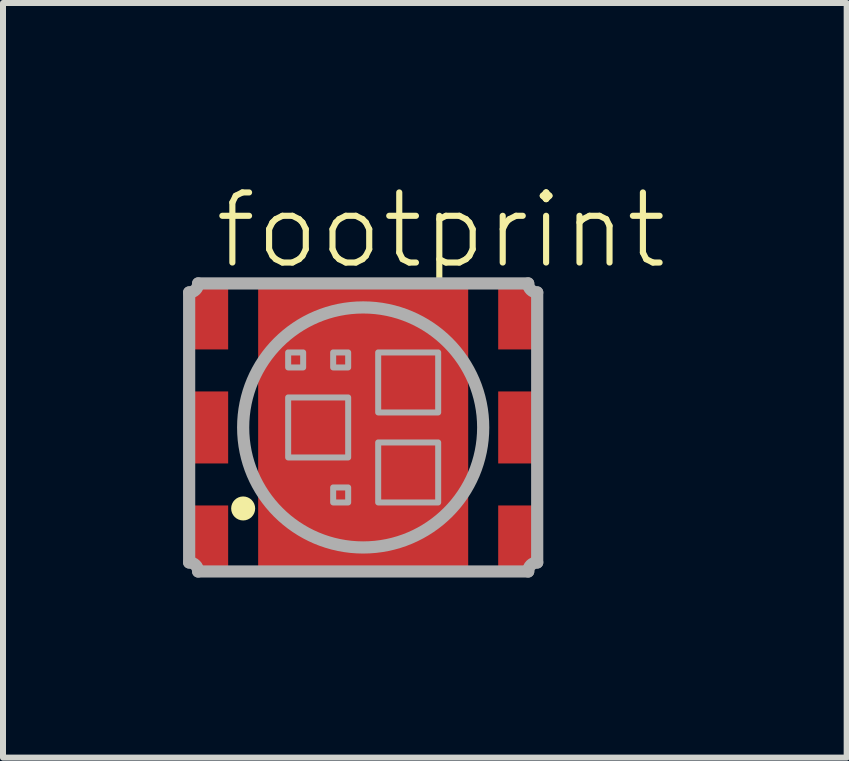
<source format=kicad_pcb>
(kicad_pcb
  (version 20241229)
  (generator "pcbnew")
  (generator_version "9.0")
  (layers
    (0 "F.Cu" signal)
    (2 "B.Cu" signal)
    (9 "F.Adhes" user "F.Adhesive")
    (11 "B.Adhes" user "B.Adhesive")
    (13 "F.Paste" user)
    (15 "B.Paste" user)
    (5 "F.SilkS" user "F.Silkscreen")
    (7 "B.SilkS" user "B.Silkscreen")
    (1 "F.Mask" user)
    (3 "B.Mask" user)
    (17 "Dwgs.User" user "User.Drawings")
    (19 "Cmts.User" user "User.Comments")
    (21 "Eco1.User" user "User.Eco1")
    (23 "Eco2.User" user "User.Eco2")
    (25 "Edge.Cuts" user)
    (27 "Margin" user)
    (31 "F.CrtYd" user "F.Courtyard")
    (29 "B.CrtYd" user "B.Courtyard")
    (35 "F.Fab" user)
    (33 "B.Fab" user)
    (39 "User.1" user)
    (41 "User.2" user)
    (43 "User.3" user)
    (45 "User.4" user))
  (footprint "footprint"
    (layer "F.Cu")
    (at 3.002 4.073)
    (property "Reference" "footprint" (at -2.525 -2.6 0) (layer "F.SilkS") (effects (font (size 1.168 1.168) (thickness 0.102)) (justify left bottom)))
    (fp_circle (center -2 1.35) (end -1.9 1.35) (stroke (width 0.2) (type solid)) (fill yes) (layer "F.SilkS"))
    (fp_line (start -2.9 -2.25) (end -2.9 2.25) (stroke (width 0.203) (type solid)) (layer "F.Fab"))
    (fp_line (start -2.75 2.4) (end 2.75 2.4) (stroke (width 0.203) (type solid)) (layer "F.Fab"))
    (fp_line (start 2.75 -2.4) (end -2.75 -2.4) (stroke (width 0.203) (type solid)) (layer "F.Fab"))
    (fp_line (start 2.9 2.25) (end 2.9 -2.25) (stroke (width 0.203) (type solid)) (layer "F.Fab"))
    (fp_arc (start -2.9 2.25) (mid -2.793934 2.293934) (end -2.75 2.4) (stroke (width 0.2032) (type solid)) (layer "F.Fab"))
    (fp_arc (start -2.75 -2.4) (mid -2.793934 -2.293934) (end -2.9 -2.25) (stroke (width 0.2032) (type solid)) (layer "F.Fab"))
    (fp_arc (start 2.75 2.4) (mid 2.793934 2.293934) (end 2.9 2.25) (stroke (width 0.2032) (type solid)) (layer "F.Fab"))
    (fp_arc (start 2.9 -2.25) (mid 2.793934 -2.293934) (end 2.75 -2.4) (stroke (width 0.2032) (type solid)) (layer "F.Fab"))
    (fp_circle (center 0 0) (end 2 0) (stroke (width 0.203) (type solid)) (fill no) (layer "F.Fab"))
    (fp_poly (pts (xy -1.25 -1.25) (xy -1.25 -1) (xy -1 -1) (xy -1 -1.25)) (stroke (width 0.1) (type solid)) (fill no) (layer "F.Fab"))
    (fp_poly (pts (xy -1.25 -0.5) (xy -1.25 0.5) (xy -0.25 0.5) (xy -0.25 -0.5)) (stroke (width 0.1) (type solid)) (fill no) (layer "F.Fab"))
    (fp_poly (pts (xy -0.5 -1.25) (xy -0.5 -1) (xy -0.25 -1) (xy -0.25 -1.25)) (stroke (width 0.1) (type solid)) (fill no) (layer "F.Fab"))
    (fp_poly (pts (xy -0.5 1) (xy -0.5 1.25) (xy -0.25 1.25) (xy -0.25 1)) (stroke (width 0.1) (type solid)) (fill no) (layer "F.Fab"))
    (fp_poly (pts (xy 0.25 -1.25) (xy 0.25 -0.25) (xy 1.25 -0.25) (xy 1.25 -1.25)) (stroke (width 0.1) (type solid)) (fill no) (layer "F.Fab"))
    (fp_poly (pts (xy 0.25 0.25) (xy 0.25 1.25) (xy 1.25 1.25) (xy 1.25 0.25)) (stroke (width 0.1) (type solid)) (fill no) (layer "F.Fab"))
    (pad "BA" smd rect (at 2.55 -1.825 180) (size 0.6 1.05) (layers "F.Cu" "F.Mask" "F.Paste"))
    (pad "BC" smd rect (at -2.55 -1.825) (size 0.6 1.05) (layers "F.Cu" "F.Mask" "F.Paste"))
    (pad "GA" smd rect (at 2.55 0 180) (size 0.6 1.2) (layers "F.Cu" "F.Mask" "F.Paste"))
    (pad "GC" smd rect (at -2.55 0) (size 0.6 1.2) (layers "F.Cu" "F.Mask" "F.Paste"))
    (pad "NC" smd rect (at 0 0) (size 3.5 4.7) (layers "F.Cu" "F.Mask" "F.Paste"))
    (pad "RA" smd rect (at 2.55 1.825 180) (size 0.6 1.05) (layers "F.Cu" "F.Mask" "F.Paste"))
    (pad "RC" smd rect (at -2.55 1.825) (size 0.6 1.05) (layers "F.Cu" "F.Mask" "F.Paste")))
  (gr_rect
    (start -3 -3)
    (end 11.059 9.575)
    (stroke (width 0.1) (type default))
    (fill no)
    (layer "Edge.Cuts")))
</source>
